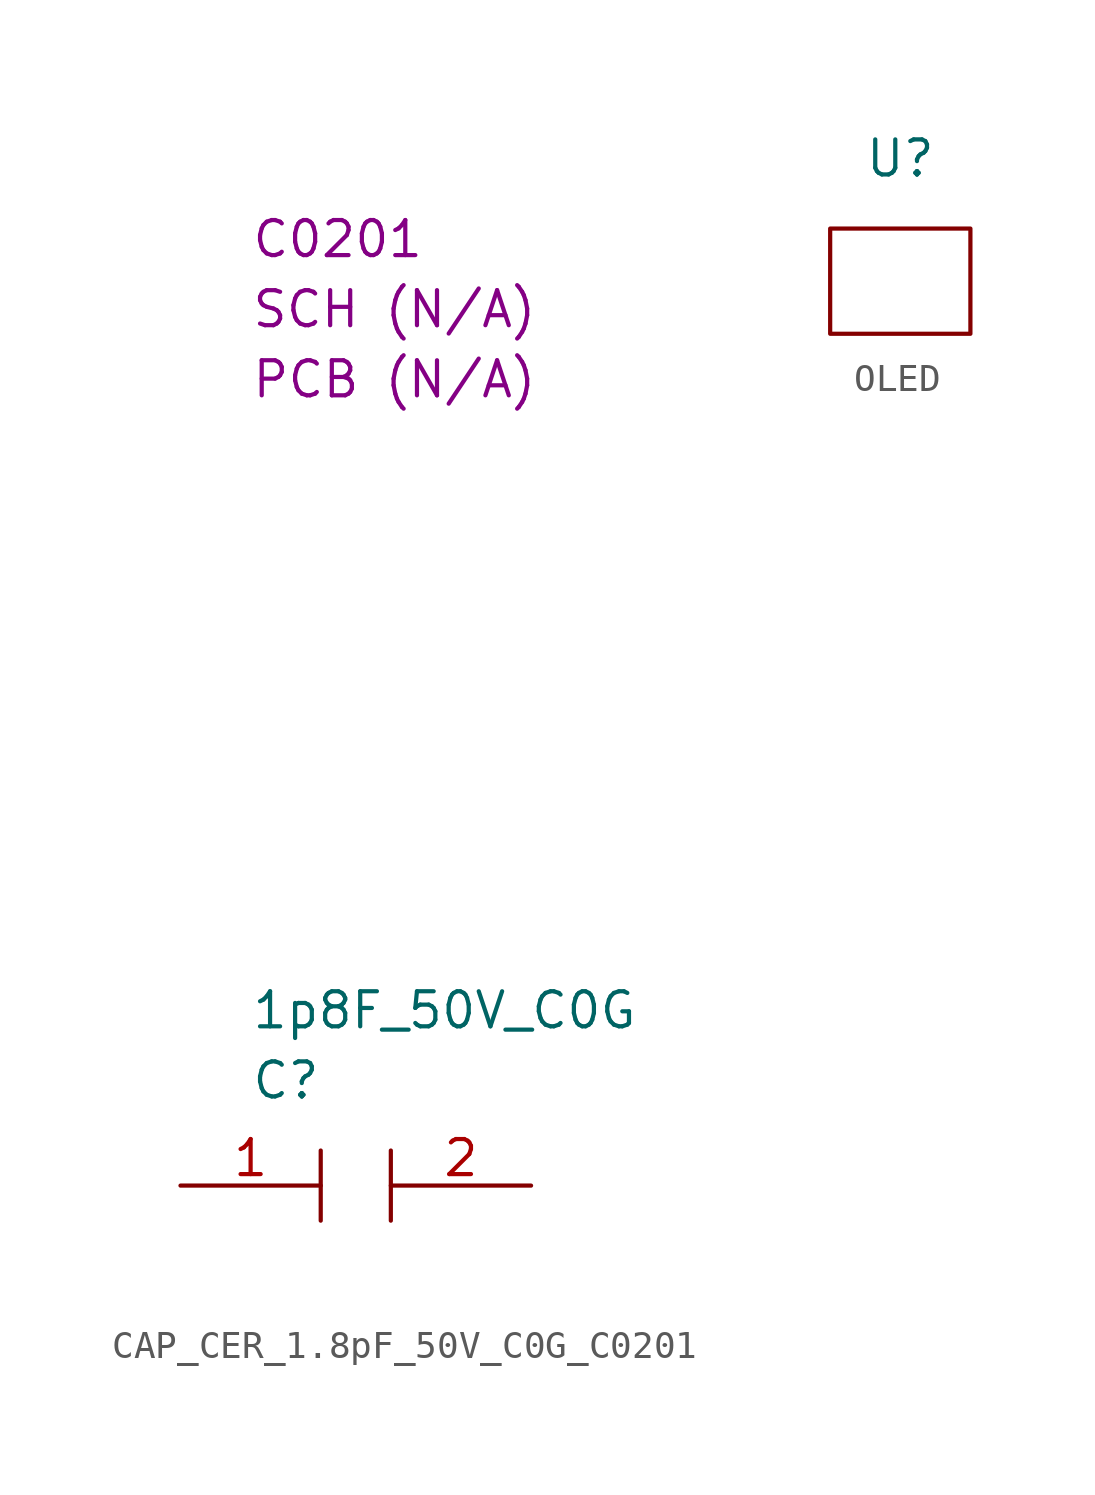
<source format=kicad_sym>
(kicad_symbol_lib
  (version 20220914)
  (generator kicad_symbol_editor)
  (symbol "CAP_CER_1.8pF_50V_C0G_C0201"
    (property "Reference" "C"
      (at 2.54 3.81 0)
      (effects (font (size 1.27 1.27)) (justify left)))
    (property "Value" "1p8F_50V_C0G"
      (at 2.54 6.35 0)
      (effects (font (size 1.27 1.27)) (justify left)))
    (property "Package" "C0201"
      (at 2.54 34.29 0)
      (effects (font (size 1.27 1.27)) (justify left)))
    (property "SCH CHECK" "SCH (N/A)"
      (at 2.54 31.75 0)
      (effects (font (size 1.27 1.27)) (justify left)))
    (property "PCB CHECk" "PCB (N/A)"
      (at 2.54 29.21 0)
      (effects (font (size 1.27 1.27)) (justify left)))
    (symbol "CAP_CER_1.8pF_50V_C0G_C0201_0_0"
      (polyline (pts (xy 5.08 1.27) (xy 5.08 -1.27)) (stroke (width 0) (type default)) (fill (type none)))
      (polyline (pts (xy 7.62 1.27) (xy 7.62 -1.27)) (stroke (width 0) (type default)) (fill (type none))))
    (symbol "CAP_CER_1.8pF_50V_C0G_C0201_1_1"
      (pin passive line (at 0 0 0) (length 5.08) (name "" (effects (font (size 1.27 1.27)))) (number "1" (effects (font (size 1.27 1.27)))))
      (pin passive line (at 12.7 0 180) (length 5.08) (name "" (effects (font (size 1.27 1.27)))) (number "2" (effects (font (size 1.27 1.27)))))))
  (symbol "OLED"
    (property "Reference" "U"
      (at 2.54 2.54 0)
      (effects (font (size 1.27 1.27))))
    (property "Value" ""
      (at 0 0 0)
      (effects (font (size 1.27 1.27))))
    (symbol "OLED_0_1"
      (rectangle (start 0 0) (end 5.08 -3.81) (stroke (width 0) (type default)) (fill (type none))))))
</source>
